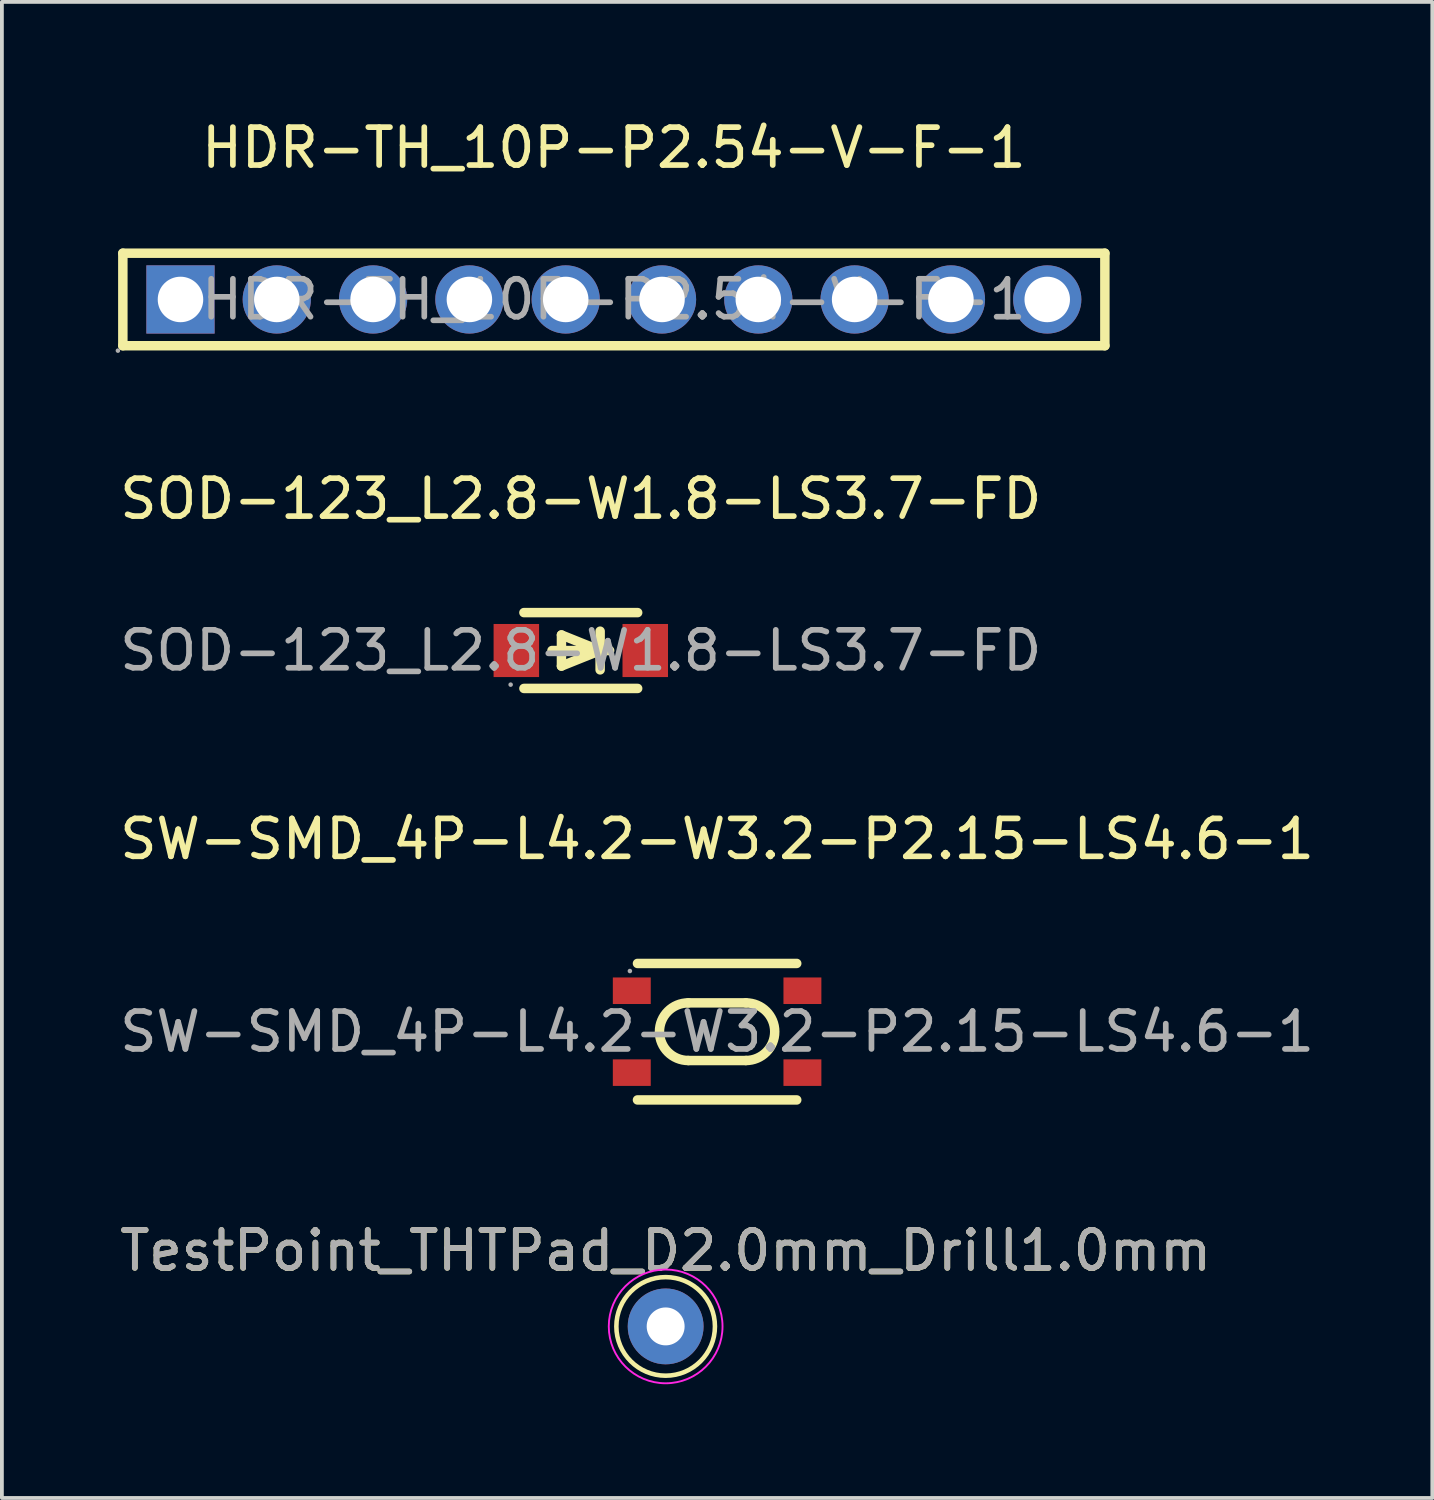
<source format=kicad_pcb>
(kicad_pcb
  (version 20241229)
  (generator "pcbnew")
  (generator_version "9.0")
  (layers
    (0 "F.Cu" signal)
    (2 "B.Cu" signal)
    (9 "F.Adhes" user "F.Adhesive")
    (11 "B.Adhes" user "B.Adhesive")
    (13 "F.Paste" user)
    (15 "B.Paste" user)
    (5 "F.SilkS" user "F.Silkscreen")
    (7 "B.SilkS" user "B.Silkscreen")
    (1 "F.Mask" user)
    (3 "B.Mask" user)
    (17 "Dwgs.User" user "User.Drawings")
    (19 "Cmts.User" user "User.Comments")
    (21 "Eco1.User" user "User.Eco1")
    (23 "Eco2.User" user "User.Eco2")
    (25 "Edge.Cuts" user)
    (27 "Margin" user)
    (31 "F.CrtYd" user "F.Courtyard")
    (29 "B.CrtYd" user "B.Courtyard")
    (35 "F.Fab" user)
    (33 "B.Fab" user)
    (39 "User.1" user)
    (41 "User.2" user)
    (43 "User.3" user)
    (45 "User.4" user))
  (footprint "SOD-123_L2.8-W1.8-LS3.7-FD"
    (layer "F.Cu")
    (at 12.268 14.107)
    (property "Reference" "SOD-123_L2.8-W1.8-LS3.7-FD" (at 0 -4 0) (layer "F.SilkS") (effects (font (size 1 1) (thickness 0.15))))
    (attr smd)
    (fp_line (start -1.5 -1) (end 1.5 -1) (stroke (width 0.25) (type solid)) (layer "F.SilkS"))
    (fp_line (start -1.5 1) (end 1.5 1) (stroke (width 0.25) (type solid)) (layer "F.SilkS"))
    (fp_line (start -0.51 -0.41) (end 0.51 0) (stroke (width 0.25) (type solid)) (layer "F.SilkS"))
    (fp_line (start -0.51 0.41) (end -0.51 -0.41) (stroke (width 0.25) (type solid)) (layer "F.SilkS"))
    (fp_line (start 0.51 0) (end -0.51 0.41) (stroke (width 0.25) (type solid)) (layer "F.SilkS"))
    (fp_line (start 0.51 0.51) (end 0.51 -0.51) (stroke (width 0.25) (type solid)) (layer "F.SilkS"))
    (fp_line (start 0.76 0) (end -0.76 0) (stroke (width 0.25) (type solid)) (layer "F.SilkS"))
    (fp_circle (center -1.85 0.9) (end -1.82 0.9) (stroke (width 0.06) (type solid)) (fill no) (layer "F.Fab"))
    (fp_text user "${REFERENCE}" (at 0 0 0) (layer "F.Fab") (effects (font (size 1 1) (thickness 0.15))))
    (pad "1" smd rect (at -1.7 0) (size 1.2 1.4) (layers "F.Cu" "F.Mask" "F.Paste"))
    (pad "2" smd rect (at 1.7 0) (size 1.2 1.4) (layers "F.Cu" "F.Mask" "F.Paste")))
  (footprint "HDR-TH_10P-P2.54-V-F-1"
    (layer "F.Cu")
    (at 13.14 4.848)
    (property "Reference" "HDR-TH_10P-P2.54-V-F-1" (at 0 -4 0) (layer "F.SilkS") (effects (font (size 1 1) (thickness 0.15))))
    (attr through_hole)
    (fp_line (start -12.95 -1.22) (end 12.95 -1.22) (stroke (width 0.25) (type solid)) (layer "F.SilkS"))
    (fp_line (start -12.95 1.22) (end -12.95 -1.22) (stroke (width 0.25) (type solid)) (layer "F.SilkS"))
    (fp_line (start 12.95 -1.22) (end 12.95 1.22) (stroke (width 0.25) (type solid)) (layer "F.SilkS"))
    (fp_line (start 12.95 1.22) (end -12.95 1.22) (stroke (width 0.25) (type solid)) (layer "F.SilkS"))
    (fp_circle (center -13.08 1.35) (end -13.05 1.35) (stroke (width 0.06) (type solid)) (fill no) (layer "F.Fab"))
    (fp_circle (center -11.43 0) (end -11.18 0) (stroke (width 0.5) (type solid)) (fill no) (layer "F.Fab"))
    (fp_circle (center -8.89 0) (end -8.64 0) (stroke (width 0.5) (type solid)) (fill no) (layer "F.Fab"))
    (fp_circle (center -6.35 0) (end -6.1 0) (stroke (width 0.5) (type solid)) (fill no) (layer "F.Fab"))
    (fp_circle (center -3.81 0) (end -3.56 0) (stroke (width 0.5) (type solid)) (fill no) (layer "F.Fab"))
    (fp_circle (center -1.27 0) (end -1.02 0) (stroke (width 0.5) (type solid)) (fill no) (layer "F.Fab"))
    (fp_circle (center 1.27 0) (end 1.52 0) (stroke (width 0.5) (type solid)) (fill no) (layer "F.Fab"))
    (fp_circle (center 3.81 0) (end 4.06 0) (stroke (width 0.5) (type solid)) (fill no) (layer "F.Fab"))
    (fp_circle (center 6.35 0) (end 6.6 0) (stroke (width 0.5) (type solid)) (fill no) (layer "F.Fab"))
    (fp_circle (center 8.89 0) (end 9.14 0) (stroke (width 0.5) (type solid)) (fill no) (layer "F.Fab"))
    (fp_circle (center 11.43 0) (end 11.68 0) (stroke (width 0.5) (type solid)) (fill no) (layer "F.Fab"))
    (fp_text user "${REFERENCE}" (at 0 0 0) (layer "F.Fab") (effects (font (size 1 1) (thickness 0.15))))
    (pad "1" thru_hole rect (at -11.43 0) (size 1.8 1.8) (drill 1.2) (layers "*.Cu" "*.Mask"))
    (pad "2" thru_hole circle (at -8.89 0) (size 1.8 1.8) (drill 1.2) (layers "*.Cu" "*.Mask"))
    (pad "3" thru_hole circle (at -6.35 0) (size 1.8 1.8) (drill 1.2) (layers "*.Cu" "*.Mask"))
    (pad "4" thru_hole circle (at -3.81 0) (size 1.8 1.8) (drill 1.2) (layers "*.Cu" "*.Mask"))
    (pad "5" thru_hole circle (at -1.27 0) (size 1.8 1.8) (drill 1.2) (layers "*.Cu" "*.Mask"))
    (pad "6" thru_hole circle (at 1.27 0) (size 1.8 1.8) (drill 1.2) (layers "*.Cu" "*.Mask"))
    (pad "7" thru_hole circle (at 3.81 0) (size 1.8 1.8) (drill 1.2) (layers "*.Cu" "*.Mask"))
    (pad "8" thru_hole circle (at 6.35 0) (size 1.8 1.8) (drill 1.2) (layers "*.Cu" "*.Mask"))
    (pad "9" thru_hole circle (at 8.89 0) (size 1.8 1.8) (drill 1.2) (layers "*.Cu" "*.Mask"))
    (pad "10" thru_hole circle (at 11.43 0) (size 1.8 1.8) (drill 1.2) (layers "*.Cu" "*.Mask")))
  (footprint "TestPoint_THTPad_D2.0mm_Drill1.0mm"
    (layer "F.Cu")
    (at 14.506 31.933)
    (property "Reference" "TestPoint_THTPad_D2.0mm_Drill1.0mm" (at 0 -1.998 0) (layer "F.SilkS") (effects (font (size 1 1) (thickness 0.15))))
    (attr exclude_from_pos_files exclude_from_bom)
    (fp_circle (center 0 0) (end 0 1.3) (stroke (width 0.12) (type solid)) (fill no) (layer "F.SilkS"))
    (fp_circle (center 0 0) (end 1.5 0) (stroke (width 0.05) (type solid)) (fill no) (layer "F.CrtYd"))
    (fp_text user "${REFERENCE}" (at 0 -2 0) (layer "F.Fab") (effects (font (size 1 1) (thickness 0.15))))
    (pad "1" thru_hole circle (at 0 0) (size 2 2) (drill 1) (layers "*.Cu" "*.Mask")))
  (footprint "SW-SMD_4P-L4.2-W3.2-P2.15-LS4.6-1"
    (layer "F.Cu")
    (at 15.863 24.16)
    (property "Reference" "SW-SMD_4P-L4.2-W3.2-P2.15-LS4.6-1" (at 0 -5.08 0) (layer "F.SilkS") (effects (font (size 1 1) (thickness 0.15))))
    (attr smd)
    (fp_line (start -2.1 -1.8) (end 2.1 -1.8) (stroke (width 0.25) (type solid)) (layer "F.SilkS"))
    (fp_line (start -2.1 1.8) (end 2.1 1.8) (stroke (width 0.25) (type solid)) (layer "F.SilkS"))
    (fp_line (start -0.76 -0.76) (end 0.76 -0.76) (stroke (width 0.25) (type solid)) (layer "F.SilkS"))
    (fp_line (start -0.76 0.76) (end 0.76 0.76) (stroke (width 0.25) (type solid)) (layer "F.SilkS"))
    (fp_arc (start -0.76 0.76) (mid -1.52 0) (end -0.76 -0.76) (stroke (width 0.25) (type solid)) (layer "F.SilkS"))
    (fp_arc (start 0.76 -0.76) (mid 1.52 0) (end 0.76 0.76) (stroke (width 0.25) (type solid)) (layer "F.SilkS"))
    (fp_circle (center -2.3 -1.6) (end -2.27 -1.6) (stroke (width 0.06) (type solid)) (fill no) (layer "F.Fab"))
    (fp_text user "${REFERENCE}" (at 0 0 0) (layer "F.Fab") (effects (font (size 1 1) (thickness 0.15))))
    (pad "1" smd rect (at -2.25 -1.08 90) (size 0.7 1) (layers "F.Cu" "F.Mask" "F.Paste"))
    (pad "2" smd rect (at 2.25 -1.08 90) (size 0.7 1) (layers "F.Cu" "F.Mask" "F.Paste"))
    (pad "3" smd rect (at -2.25 1.08 90) (size 0.7 1) (layers "F.Cu" "F.Mask" "F.Paste"))
    (pad "4" smd rect (at 2.25 1.08 90) (size 0.7 1) (layers "F.Cu" "F.Mask" "F.Paste")))
  (gr_rect
    (start -3 -3)
    (end 34.726 36.458)
    (stroke (width 0.1) (type default))
    (fill no)
    (layer "Edge.Cuts")))
</source>
